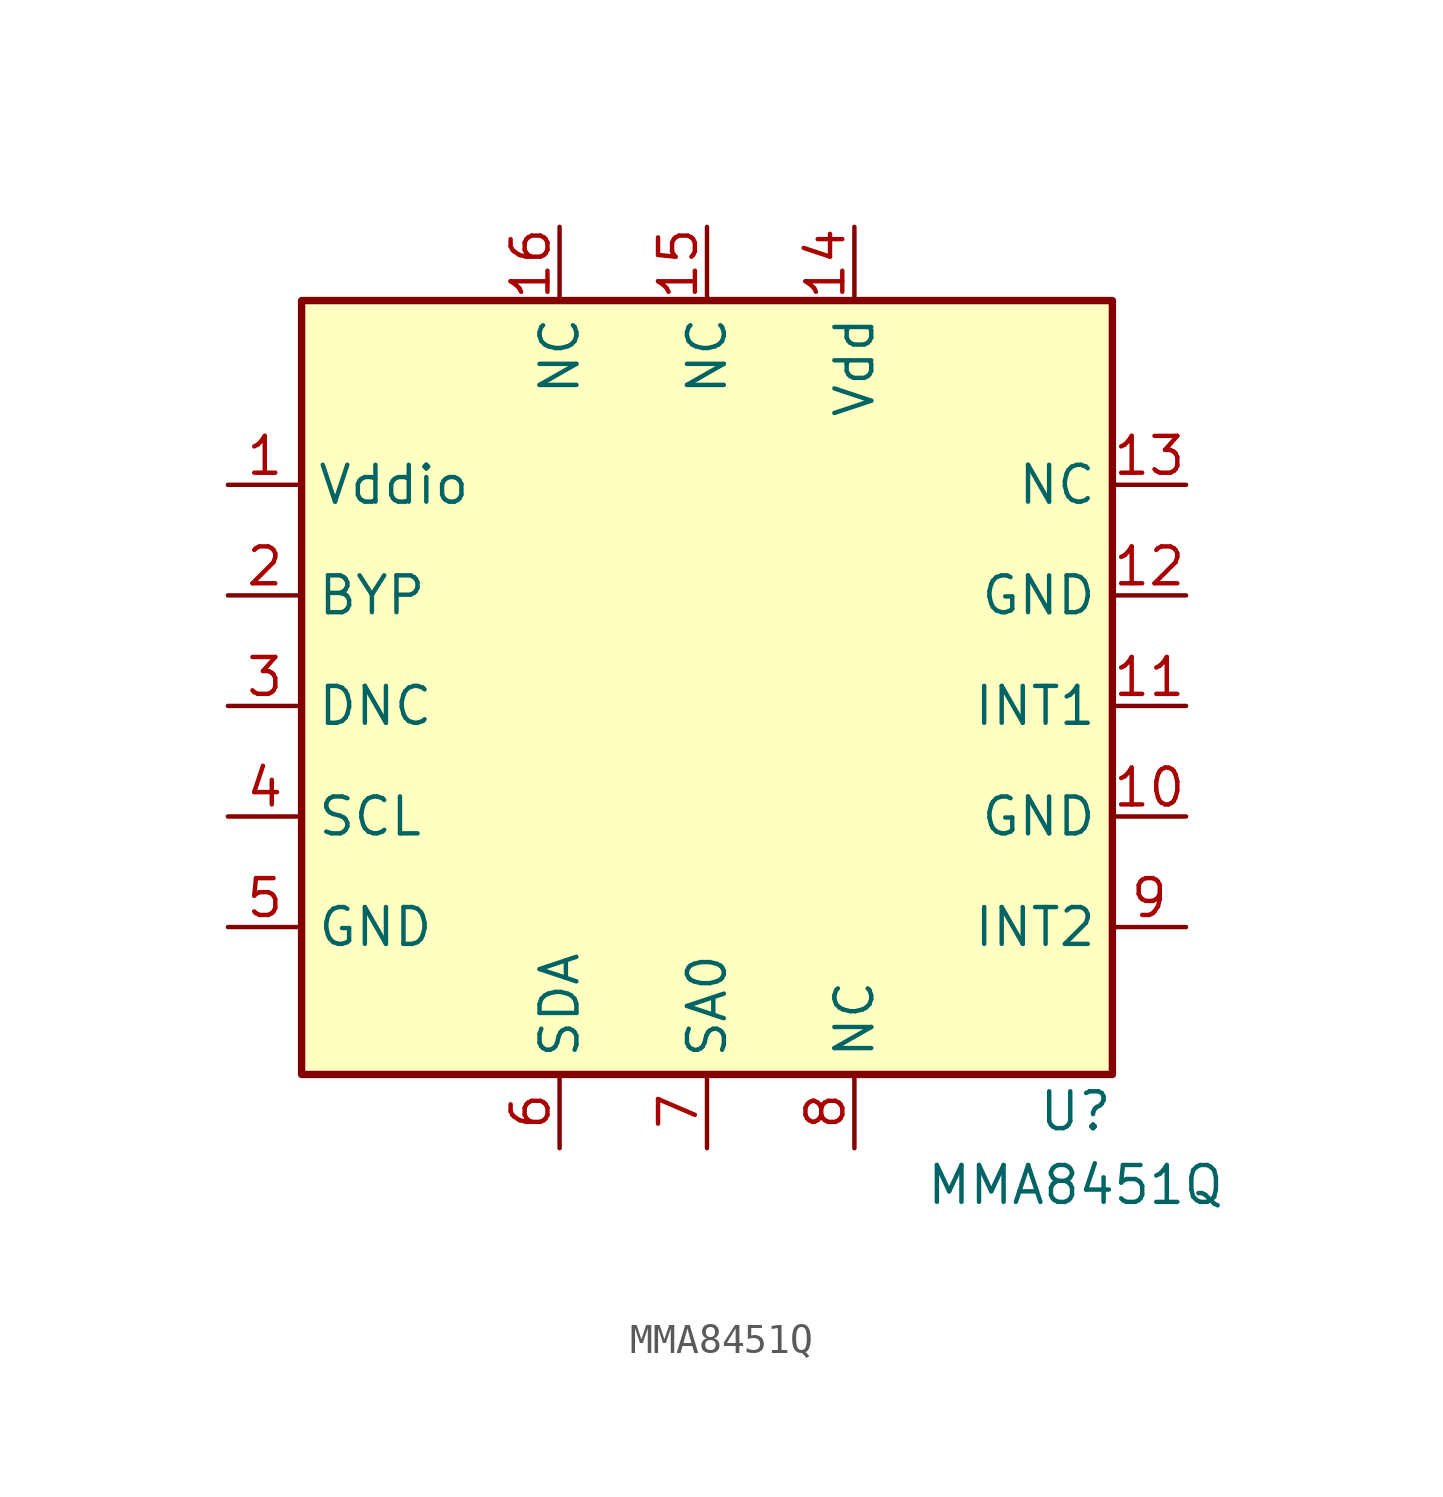
<source format=kicad_sym>
(kicad_symbol_lib
  (version 20211014)
  (generator kicad_symbol_editor)
  (symbol "MMA8451Q"
    (property "Reference" "U"
      (at 12.7 -13.97 0)
      (effects (font (size 1.27 1.27))))
    (property "Value" "MMA8451Q"
      (at 12.7 -16.51 0)
      (effects (font (size 1.27 1.27))))
    (symbol "MMA8451Q_0_1"
      (rectangle (start -13.97 13.97) (end 13.97 -12.7) (stroke (width 0.254) (type default) (color 0 0 0 0)) (fill (type background))))
    (symbol "MMA8451Q_1_1"
      (pin power_in line (at -16.51 7.62 0) (length 2.54) (name "Vddio" (effects (font (size 1.27 1.27)))) (number "1" (effects (font (size 1.27 1.27)))))
      (pin power_in line (at 16.51 -3.81 180) (length 2.54) (name "GND" (effects (font (size 1.27 1.27)))) (number "10" (effects (font (size 1.27 1.27)))))
      (pin output line (at 16.51 0 180) (length 2.54) (name "INT1" (effects (font (size 1.27 1.27)))) (number "11" (effects (font (size 1.27 1.27)))))
      (pin power_in line (at 16.51 3.81 180) (length 2.54) (name "GND" (effects (font (size 1.27 1.27)))) (number "12" (effects (font (size 1.27 1.27)))))
      (pin free line (at 16.51 7.62 180) (length 2.54) (name "NC" (effects (font (size 1.27 1.27)))) (number "13" (effects (font (size 1.27 1.27)))))
      (pin power_in line (at 5.08 16.51 270) (length 2.54) (name "Vdd" (effects (font (size 1.27 1.27)))) (number "14" (effects (font (size 1.27 1.27)))))
      (pin free line (at 0 16.51 270) (length 2.54) (name "NC" (effects (font (size 1.27 1.27)))) (number "15" (effects (font (size 1.27 1.27)))))
      (pin free line (at -5.08 16.51 270) (length 2.54) (name "NC" (effects (font (size 1.27 1.27)))) (number "16" (effects (font (size 1.27 1.27)))))
      (pin input line (at -16.51 3.81 0) (length 2.54) (name "BYP" (effects (font (size 1.27 1.27)))) (number "2" (effects (font (size 1.27 1.27)))))
      (pin input line (at -16.51 0 0) (length 2.54) (name "DNC" (effects (font (size 1.27 1.27)))) (number "3" (effects (font (size 1.27 1.27)))))
      (pin input line (at -16.51 -3.81 0) (length 2.54) (name "SCL" (effects (font (size 1.27 1.27)))) (number "4" (effects (font (size 1.27 1.27)))))
      (pin power_in line (at -16.51 -7.62 0) (length 2.54) (name "GND" (effects (font (size 1.27 1.27)))) (number "5" (effects (font (size 1.27 1.27)))))
      (pin output line (at -5.08 -15.24 90) (length 2.54) (name "SDA" (effects (font (size 1.27 1.27)))) (number "6" (effects (font (size 1.27 1.27)))))
      (pin output line (at 0 -15.24 90) (length 2.54) (name "SA0" (effects (font (size 1.27 1.27)))) (number "7" (effects (font (size 1.27 1.27)))))
      (pin free line (at 5.08 -15.24 90) (length 2.54) (name "NC" (effects (font (size 1.27 1.27)))) (number "8" (effects (font (size 1.27 1.27)))))
      (pin output line (at 16.51 -7.62 180) (length 2.54) (name "INT2" (effects (font (size 1.27 1.27)))) (number "9" (effects (font (size 1.27 1.27))))))))
</source>
